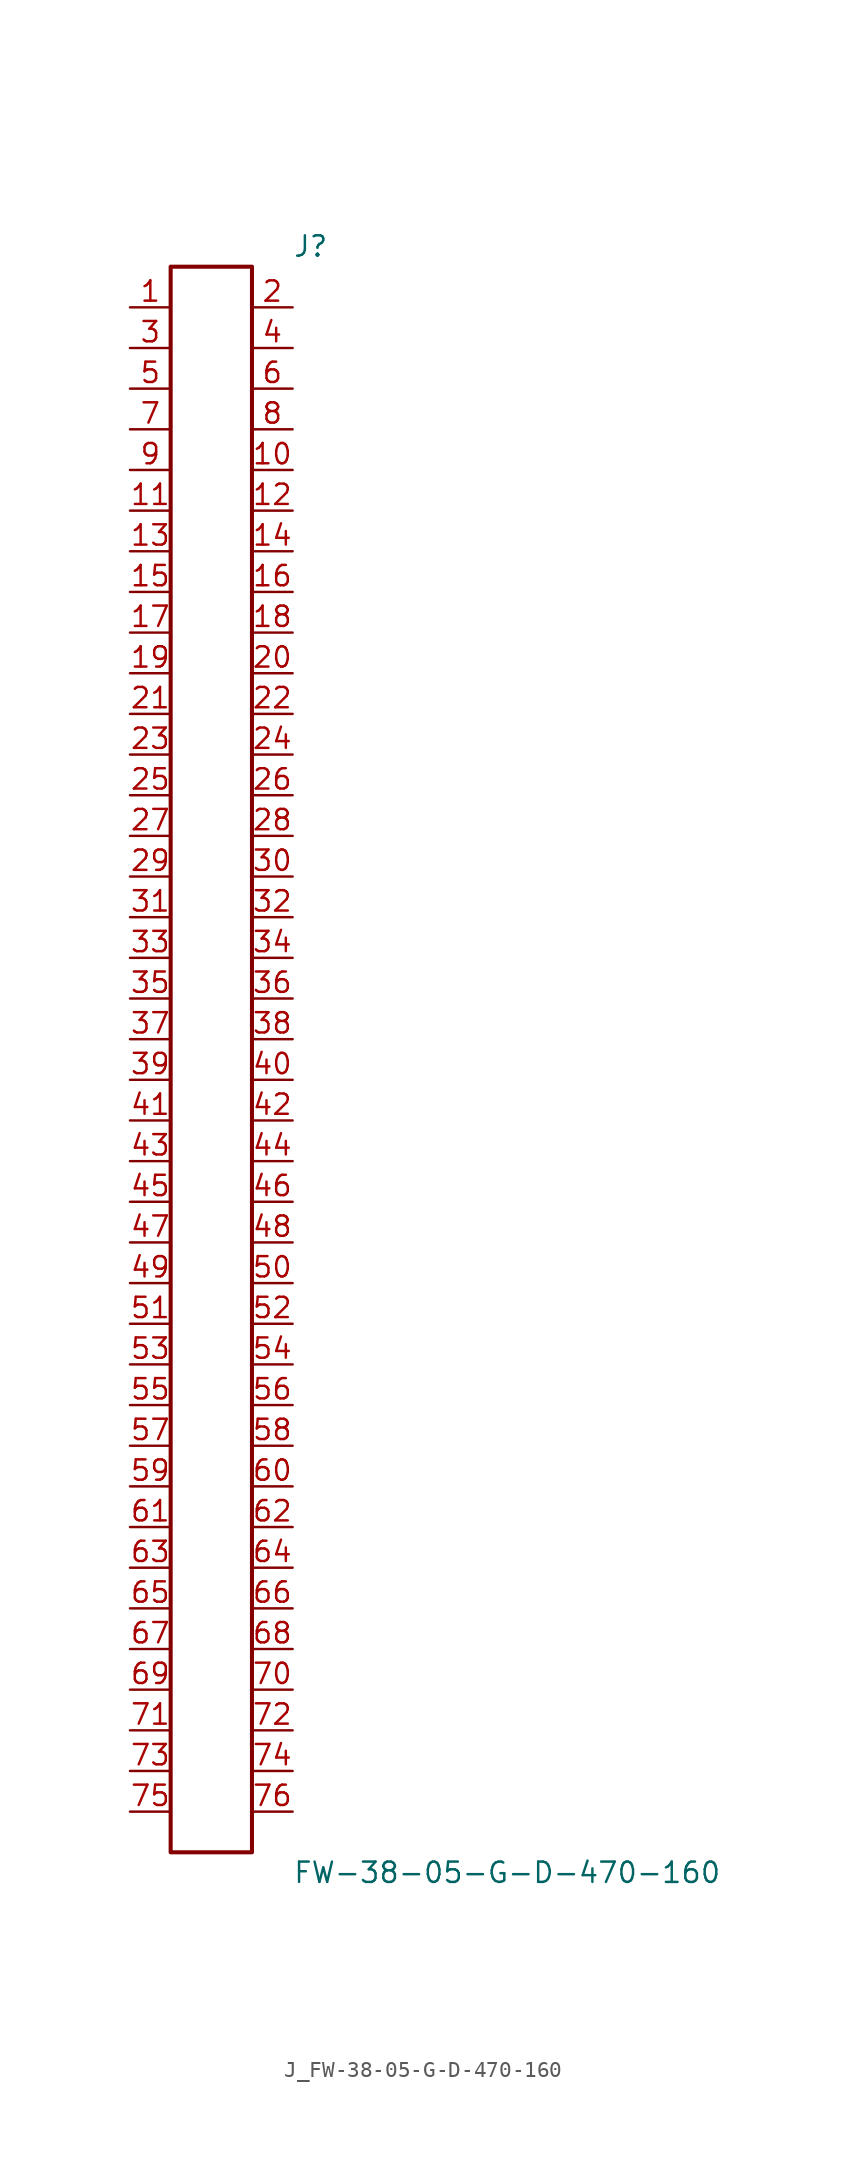
<source format=kicad_sym>
(kicad_symbol_lib
  (version 20231120)
  (generator kicad_symbol_editor)
  (generator_version 8.0)
  (symbol "J_FW-38-05-G-D-470-160"
    (pin_names
      (offset 0.254))
    (property "Reference" "J"
      (at 5.08 50.8 0)
      (effects (font (size 1.27 1.27)) (justify left)))
    (property "Value" "FW-38-05-G-D-470-160"
      (at 5.08 -50.8 0)
      (effects (font (size 1.27 1.27)) (justify left)))
    (symbol "J_FW-38-05-G-D-470-160_0_0"
      (pin unspecified line (at -5.08 46.99 0) (length 2.54) (name "" (effects (font (size 1.27 1.27)))) (number "1" (effects (font (size 1.27 1.27)))))
      (pin unspecified line (at 5.08 46.99 180) (length 2.54) (name "" (effects (font (size 1.27 1.27)))) (number "2" (effects (font (size 1.27 1.27)))))
      (pin unspecified line (at -5.08 44.45 0) (length 2.54) (name "" (effects (font (size 1.27 1.27)))) (number "3" (effects (font (size 1.27 1.27)))))
      (pin unspecified line (at 5.08 44.45 180) (length 2.54) (name "" (effects (font (size 1.27 1.27)))) (number "4" (effects (font (size 1.27 1.27)))))
      (pin unspecified line (at -5.08 41.91 0) (length 2.54) (name "" (effects (font (size 1.27 1.27)))) (number "5" (effects (font (size 1.27 1.27)))))
      (pin unspecified line (at 5.08 41.91 180) (length 2.54) (name "" (effects (font (size 1.27 1.27)))) (number "6" (effects (font (size 1.27 1.27)))))
      (pin unspecified line (at -5.08 39.37 0) (length 2.54) (name "" (effects (font (size 1.27 1.27)))) (number "7" (effects (font (size 1.27 1.27)))))
      (pin unspecified line (at 5.08 39.37 180) (length 2.54) (name "" (effects (font (size 1.27 1.27)))) (number "8" (effects (font (size 1.27 1.27)))))
      (pin unspecified line (at -5.08 36.83 0) (length 2.54) (name "" (effects (font (size 1.27 1.27)))) (number "9" (effects (font (size 1.27 1.27)))))
      (pin unspecified line (at 5.08 36.83 180) (length 2.54) (name "" (effects (font (size 1.27 1.27)))) (number "10" (effects (font (size 1.27 1.27)))))
      (pin unspecified line (at -5.08 34.29 0) (length 2.54) (name "" (effects (font (size 1.27 1.27)))) (number "11" (effects (font (size 1.27 1.27)))))
      (pin unspecified line (at 5.08 34.29 180) (length 2.54) (name "" (effects (font (size 1.27 1.27)))) (number "12" (effects (font (size 1.27 1.27)))))
      (pin unspecified line (at -5.08 31.75 0) (length 2.54) (name "" (effects (font (size 1.27 1.27)))) (number "13" (effects (font (size 1.27 1.27)))))
      (pin unspecified line (at 5.08 31.75 180) (length 2.54) (name "" (effects (font (size 1.27 1.27)))) (number "14" (effects (font (size 1.27 1.27)))))
      (pin unspecified line (at -5.08 29.21 0) (length 2.54) (name "" (effects (font (size 1.27 1.27)))) (number "15" (effects (font (size 1.27 1.27)))))
      (pin unspecified line (at 5.08 29.21 180) (length 2.54) (name "" (effects (font (size 1.27 1.27)))) (number "16" (effects (font (size 1.27 1.27)))))
      (pin unspecified line (at -5.08 26.67 0) (length 2.54) (name "" (effects (font (size 1.27 1.27)))) (number "17" (effects (font (size 1.27 1.27)))))
      (pin unspecified line (at 5.08 26.67 180) (length 2.54) (name "" (effects (font (size 1.27 1.27)))) (number "18" (effects (font (size 1.27 1.27)))))
      (pin unspecified line (at -5.08 24.13 0) (length 2.54) (name "" (effects (font (size 1.27 1.27)))) (number "19" (effects (font (size 1.27 1.27)))))
      (pin unspecified line (at 5.08 24.13 180) (length 2.54) (name "" (effects (font (size 1.27 1.27)))) (number "20" (effects (font (size 1.27 1.27)))))
      (pin unspecified line (at -5.08 21.59 0) (length 2.54) (name "" (effects (font (size 1.27 1.27)))) (number "21" (effects (font (size 1.27 1.27)))))
      (pin unspecified line (at 5.08 21.59 180) (length 2.54) (name "" (effects (font (size 1.27 1.27)))) (number "22" (effects (font (size 1.27 1.27)))))
      (pin unspecified line (at -5.08 19.05 0) (length 2.54) (name "" (effects (font (size 1.27 1.27)))) (number "23" (effects (font (size 1.27 1.27)))))
      (pin unspecified line (at 5.08 19.05 180) (length 2.54) (name "" (effects (font (size 1.27 1.27)))) (number "24" (effects (font (size 1.27 1.27)))))
      (pin unspecified line (at -5.08 16.51 0) (length 2.54) (name "" (effects (font (size 1.27 1.27)))) (number "25" (effects (font (size 1.27 1.27)))))
      (pin unspecified line (at 5.08 16.51 180) (length 2.54) (name "" (effects (font (size 1.27 1.27)))) (number "26" (effects (font (size 1.27 1.27)))))
      (pin unspecified line (at -5.08 13.97 0) (length 2.54) (name "" (effects (font (size 1.27 1.27)))) (number "27" (effects (font (size 1.27 1.27)))))
      (pin unspecified line (at 5.08 13.97 180) (length 2.54) (name "" (effects (font (size 1.27 1.27)))) (number "28" (effects (font (size 1.27 1.27)))))
      (pin unspecified line (at -5.08 11.43 0) (length 2.54) (name "" (effects (font (size 1.27 1.27)))) (number "29" (effects (font (size 1.27 1.27)))))
      (pin unspecified line (at 5.08 11.43 180) (length 2.54) (name "" (effects (font (size 1.27 1.27)))) (number "30" (effects (font (size 1.27 1.27)))))
      (pin unspecified line (at -5.08 8.89 0) (length 2.54) (name "" (effects (font (size 1.27 1.27)))) (number "31" (effects (font (size 1.27 1.27)))))
      (pin unspecified line (at 5.08 8.89 180) (length 2.54) (name "" (effects (font (size 1.27 1.27)))) (number "32" (effects (font (size 1.27 1.27)))))
      (pin unspecified line (at -5.08 6.35 0) (length 2.54) (name "" (effects (font (size 1.27 1.27)))) (number "33" (effects (font (size 1.27 1.27)))))
      (pin unspecified line (at 5.08 6.35 180) (length 2.54) (name "" (effects (font (size 1.27 1.27)))) (number "34" (effects (font (size 1.27 1.27)))))
      (pin unspecified line (at -5.08 3.81 0) (length 2.54) (name "" (effects (font (size 1.27 1.27)))) (number "35" (effects (font (size 1.27 1.27)))))
      (pin unspecified line (at 5.08 3.81 180) (length 2.54) (name "" (effects (font (size 1.27 1.27)))) (number "36" (effects (font (size 1.27 1.27)))))
      (pin unspecified line (at -5.08 1.27 0) (length 2.54) (name "" (effects (font (size 1.27 1.27)))) (number "37" (effects (font (size 1.27 1.27)))))
      (pin unspecified line (at 5.08 1.27 180) (length 2.54) (name "" (effects (font (size 1.27 1.27)))) (number "38" (effects (font (size 1.27 1.27)))))
      (pin unspecified line (at -5.08 -1.27 0) (length 2.54) (name "" (effects (font (size 1.27 1.27)))) (number "39" (effects (font (size 1.27 1.27)))))
      (pin unspecified line (at 5.08 -1.27 180) (length 2.54) (name "" (effects (font (size 1.27 1.27)))) (number "40" (effects (font (size 1.27 1.27)))))
      (pin unspecified line (at -5.08 -3.81 0) (length 2.54) (name "" (effects (font (size 1.27 1.27)))) (number "41" (effects (font (size 1.27 1.27)))))
      (pin unspecified line (at 5.08 -3.81 180) (length 2.54) (name "" (effects (font (size 1.27 1.27)))) (number "42" (effects (font (size 1.27 1.27)))))
      (pin unspecified line (at -5.08 -6.35 0) (length 2.54) (name "" (effects (font (size 1.27 1.27)))) (number "43" (effects (font (size 1.27 1.27)))))
      (pin unspecified line (at 5.08 -6.35 180) (length 2.54) (name "" (effects (font (size 1.27 1.27)))) (number "44" (effects (font (size 1.27 1.27)))))
      (pin unspecified line (at -5.08 -8.89 0) (length 2.54) (name "" (effects (font (size 1.27 1.27)))) (number "45" (effects (font (size 1.27 1.27)))))
      (pin unspecified line (at 5.08 -8.89 180) (length 2.54) (name "" (effects (font (size 1.27 1.27)))) (number "46" (effects (font (size 1.27 1.27)))))
      (pin unspecified line (at -5.08 -11.43 0) (length 2.54) (name "" (effects (font (size 1.27 1.27)))) (number "47" (effects (font (size 1.27 1.27)))))
      (pin unspecified line (at 5.08 -11.43 180) (length 2.54) (name "" (effects (font (size 1.27 1.27)))) (number "48" (effects (font (size 1.27 1.27)))))
      (pin unspecified line (at -5.08 -13.97 0) (length 2.54) (name "" (effects (font (size 1.27 1.27)))) (number "49" (effects (font (size 1.27 1.27)))))
      (pin unspecified line (at 5.08 -13.97 180) (length 2.54) (name "" (effects (font (size 1.27 1.27)))) (number "50" (effects (font (size 1.27 1.27)))))
      (pin unspecified line (at -5.08 -16.51 0) (length 2.54) (name "" (effects (font (size 1.27 1.27)))) (number "51" (effects (font (size 1.27 1.27)))))
      (pin unspecified line (at 5.08 -16.51 180) (length 2.54) (name "" (effects (font (size 1.27 1.27)))) (number "52" (effects (font (size 1.27 1.27)))))
      (pin unspecified line (at -5.08 -19.05 0) (length 2.54) (name "" (effects (font (size 1.27 1.27)))) (number "53" (effects (font (size 1.27 1.27)))))
      (pin unspecified line (at 5.08 -19.05 180) (length 2.54) (name "" (effects (font (size 1.27 1.27)))) (number "54" (effects (font (size 1.27 1.27)))))
      (pin unspecified line (at -5.08 -21.59 0) (length 2.54) (name "" (effects (font (size 1.27 1.27)))) (number "55" (effects (font (size 1.27 1.27)))))
      (pin unspecified line (at 5.08 -21.59 180) (length 2.54) (name "" (effects (font (size 1.27 1.27)))) (number "56" (effects (font (size 1.27 1.27)))))
      (pin unspecified line (at -5.08 -24.13 0) (length 2.54) (name "" (effects (font (size 1.27 1.27)))) (number "57" (effects (font (size 1.27 1.27)))))
      (pin unspecified line (at 5.08 -24.13 180) (length 2.54) (name "" (effects (font (size 1.27 1.27)))) (number "58" (effects (font (size 1.27 1.27)))))
      (pin unspecified line (at -5.08 -26.67 0) (length 2.54) (name "" (effects (font (size 1.27 1.27)))) (number "59" (effects (font (size 1.27 1.27)))))
      (pin unspecified line (at 5.08 -26.67 180) (length 2.54) (name "" (effects (font (size 1.27 1.27)))) (number "60" (effects (font (size 1.27 1.27)))))
      (pin unspecified line (at -5.08 -29.21 0) (length 2.54) (name "" (effects (font (size 1.27 1.27)))) (number "61" (effects (font (size 1.27 1.27)))))
      (pin unspecified line (at 5.08 -29.21 180) (length 2.54) (name "" (effects (font (size 1.27 1.27)))) (number "62" (effects (font (size 1.27 1.27)))))
      (pin unspecified line (at -5.08 -31.75 0) (length 2.54) (name "" (effects (font (size 1.27 1.27)))) (number "63" (effects (font (size 1.27 1.27)))))
      (pin unspecified line (at 5.08 -31.75 180) (length 2.54) (name "" (effects (font (size 1.27 1.27)))) (number "64" (effects (font (size 1.27 1.27)))))
      (pin unspecified line (at -5.08 -34.29 0) (length 2.54) (name "" (effects (font (size 1.27 1.27)))) (number "65" (effects (font (size 1.27 1.27)))))
      (pin unspecified line (at 5.08 -34.29 180) (length 2.54) (name "" (effects (font (size 1.27 1.27)))) (number "66" (effects (font (size 1.27 1.27)))))
      (pin unspecified line (at -5.08 -36.83 0) (length 2.54) (name "" (effects (font (size 1.27 1.27)))) (number "67" (effects (font (size 1.27 1.27)))))
      (pin unspecified line (at 5.08 -36.83 180) (length 2.54) (name "" (effects (font (size 1.27 1.27)))) (number "68" (effects (font (size 1.27 1.27)))))
      (pin unspecified line (at -5.08 -39.37 0) (length 2.54) (name "" (effects (font (size 1.27 1.27)))) (number "69" (effects (font (size 1.27 1.27)))))
      (pin unspecified line (at 5.08 -39.37 180) (length 2.54) (name "" (effects (font (size 1.27 1.27)))) (number "70" (effects (font (size 1.27 1.27)))))
      (pin unspecified line (at -5.08 -41.91 0) (length 2.54) (name "" (effects (font (size 1.27 1.27)))) (number "71" (effects (font (size 1.27 1.27)))))
      (pin unspecified line (at 5.08 -41.91 180) (length 2.54) (name "" (effects (font (size 1.27 1.27)))) (number "72" (effects (font (size 1.27 1.27)))))
      (pin unspecified line (at -5.08 -44.45 0) (length 2.54) (name "" (effects (font (size 1.27 1.27)))) (number "73" (effects (font (size 1.27 1.27)))))
      (pin unspecified line (at 5.08 -44.45 180) (length 2.54) (name "" (effects (font (size 1.27 1.27)))) (number "74" (effects (font (size 1.27 1.27)))))
      (pin unspecified line (at -5.08 -46.99 0) (length 2.54) (name "" (effects (font (size 1.27 1.27)))) (number "75" (effects (font (size 1.27 1.27)))))
      (pin unspecified line (at 5.08 -46.99 180) (length 2.54) (name "" (effects (font (size 1.27 1.27)))) (number "76" (effects (font (size 1.27 1.27))))))
    (symbol "J_FW-38-05-G-D-470-160_1_0"
      (rectangle (start -2.54 49.53) (end 2.54 -49.53) (stroke (width 0.254) (type solid)) (fill (type none))))))
</source>
